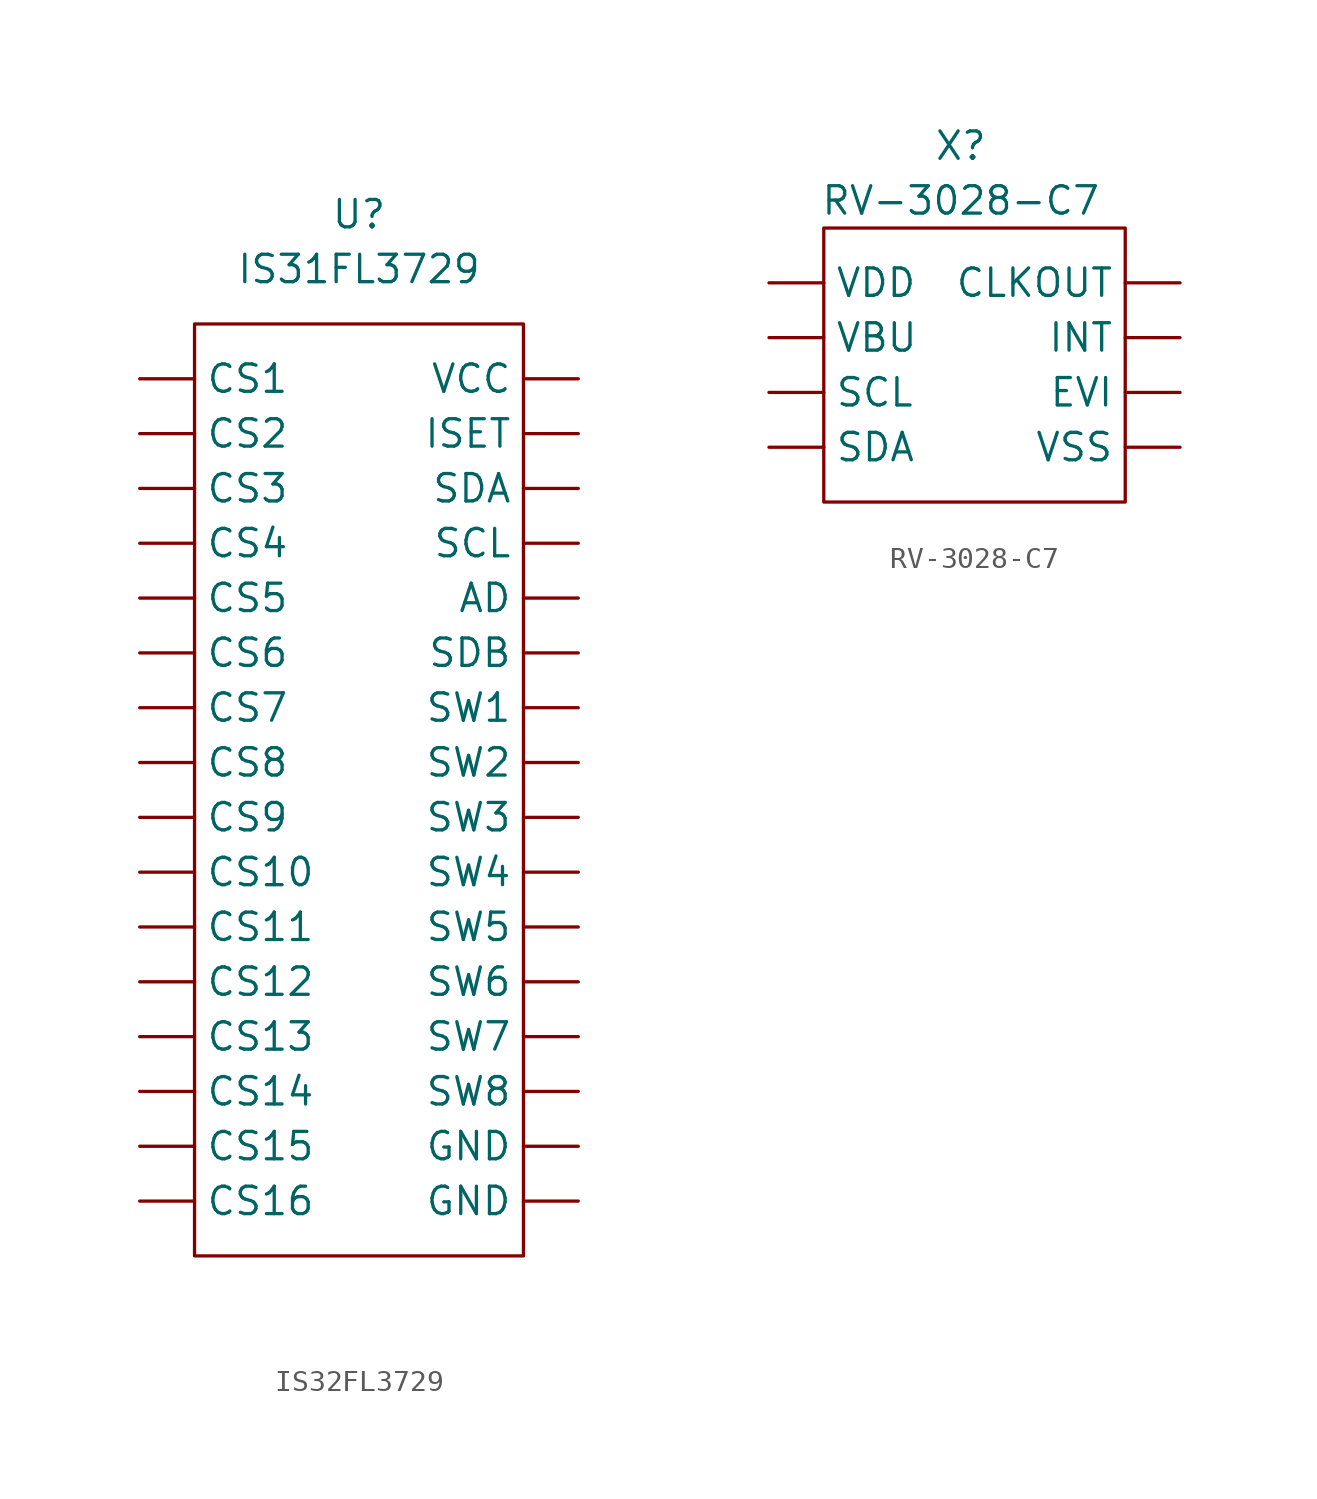
<source format=kicad_sym>
(kicad_symbol_lib
  (version 20220914)
  (generator kicad_symbol_editor)
  (symbol "IS32FL3729"
    (pin_numbers hide)
    (property "Reference" "U"
      (at 0 15.24 0)
      (effects (font (size 1.27 1.27))))
    (property "Value" "IS31FL3729"
      (at 0 12.7 0)
      (effects (font (size 1.27 1.27))))
    (symbol "IS32FL3729_0_1"
      (rectangle (start -7.62 10.16) (end 7.62 -33.02) (stroke (width 0) (type default)) (fill (type none))))
    (symbol "IS32FL3729_1_1"
      (pin input line (at -10.16 0 0) (length 2.54) (name "CS4" (effects (font (size 1.27 1.27)))) (number "1" (effects (font (size 1.27 1.27)))))
      (pin input line (at -10.16 -20.32 0) (length 2.54) (name "CS12" (effects (font (size 1.27 1.27)))) (number "10" (effects (font (size 1.27 1.27)))))
      (pin input line (at -10.16 -22.86 0) (length 2.54) (name "CS13" (effects (font (size 1.27 1.27)))) (number "11" (effects (font (size 1.27 1.27)))))
      (pin input line (at -10.16 -25.4 0) (length 2.54) (name "CS14" (effects (font (size 1.27 1.27)))) (number "12" (effects (font (size 1.27 1.27)))))
      (pin input line (at -10.16 -27.94 0) (length 2.54) (name "CS15" (effects (font (size 1.27 1.27)))) (number "13" (effects (font (size 1.27 1.27)))))
      (pin input line (at -10.16 -30.48 0) (length 2.54) (name "CS16" (effects (font (size 1.27 1.27)))) (number "14" (effects (font (size 1.27 1.27)))))
      (pin output line (at 10.16 -25.4 180) (length 2.54) (name "SW8" (effects (font (size 1.27 1.27)))) (number "15" (effects (font (size 1.27 1.27)))))
      (pin output line (at 10.16 -22.86 180) (length 2.54) (name "SW7" (effects (font (size 1.27 1.27)))) (number "16" (effects (font (size 1.27 1.27)))))
      (pin output line (at 10.16 -20.32 180) (length 2.54) (name "SW6" (effects (font (size 1.27 1.27)))) (number "17" (effects (font (size 1.27 1.27)))))
      (pin output line (at 10.16 -17.78 180) (length 2.54) (name "SW5" (effects (font (size 1.27 1.27)))) (number "18" (effects (font (size 1.27 1.27)))))
      (pin output line (at 10.16 -15.24 180) (length 2.54) (name "SW4" (effects (font (size 1.27 1.27)))) (number "19" (effects (font (size 1.27 1.27)))))
      (pin input line (at -10.16 -2.54 0) (length 2.54) (name "CS5" (effects (font (size 1.27 1.27)))) (number "2" (effects (font (size 1.27 1.27)))))
      (pin output line (at 10.16 -12.7 180) (length 2.54) (name "SW3" (effects (font (size 1.27 1.27)))) (number "20" (effects (font (size 1.27 1.27)))))
      (pin output line (at 10.16 -10.16 180) (length 2.54) (name "SW2" (effects (font (size 1.27 1.27)))) (number "21" (effects (font (size 1.27 1.27)))))
      (pin output line (at 10.16 -7.62 180) (length 2.54) (name "SW1" (effects (font (size 1.27 1.27)))) (number "22" (effects (font (size 1.27 1.27)))))
      (pin power_in line (at 10.16 7.62 180) (length 2.54) (name "VCC" (effects (font (size 1.27 1.27)))) (number "23" (effects (font (size 1.27 1.27)))))
      (pin power_in line (at 10.16 -27.94 180) (length 2.54) (name "GND" (effects (font (size 1.27 1.27)))) (number "24" (effects (font (size 1.27 1.27)))))
      (pin input line (at 10.16 5.08 180) (length 2.54) (name "ISET" (effects (font (size 1.27 1.27)))) (number "25" (effects (font (size 1.27 1.27)))))
      (pin bidirectional line (at 10.16 2.54 180) (length 2.54) (name "SDA" (effects (font (size 1.27 1.27)))) (number "26" (effects (font (size 1.27 1.27)))))
      (pin input line (at 10.16 0 180) (length 2.54) (name "SCL" (effects (font (size 1.27 1.27)))) (number "27" (effects (font (size 1.27 1.27)))))
      (pin input line (at 10.16 -2.54 180) (length 2.54) (name "AD" (effects (font (size 1.27 1.27)))) (number "28" (effects (font (size 1.27 1.27)))))
      (pin input line (at 10.16 -5.08 180) (length 2.54) (name "SDB" (effects (font (size 1.27 1.27)))) (number "29" (effects (font (size 1.27 1.27)))))
      (pin input line (at -10.16 -5.08 0) (length 2.54) (name "CS6" (effects (font (size 1.27 1.27)))) (number "3" (effects (font (size 1.27 1.27)))))
      (pin input line (at -10.16 7.62 0) (length 2.54) (name "CS1" (effects (font (size 1.27 1.27)))) (number "30" (effects (font (size 1.27 1.27)))))
      (pin input line (at -10.16 5.08 0) (length 2.54) (name "CS2" (effects (font (size 1.27 1.27)))) (number "31" (effects (font (size 1.27 1.27)))))
      (pin input line (at -10.16 2.54 0) (length 2.54) (name "CS3" (effects (font (size 1.27 1.27)))) (number "32" (effects (font (size 1.27 1.27)))))
      (pin input line (at -10.16 -7.62 0) (length 2.54) (name "CS7" (effects (font (size 1.27 1.27)))) (number "4" (effects (font (size 1.27 1.27)))))
      (pin input line (at -10.16 -10.16 0) (length 2.54) (name "CS8" (effects (font (size 1.27 1.27)))) (number "5" (effects (font (size 1.27 1.27)))))
      (pin input line (at -10.16 -12.7 0) (length 2.54) (name "CS9" (effects (font (size 1.27 1.27)))) (number "6" (effects (font (size 1.27 1.27)))))
      (pin input line (at -10.16 -15.24 0) (length 2.54) (name "CS10" (effects (font (size 1.27 1.27)))) (number "7" (effects (font (size 1.27 1.27)))))
      (pin input line (at -10.16 -17.78 0) (length 2.54) (name "CS11" (effects (font (size 1.27 1.27)))) (number "8" (effects (font (size 1.27 1.27)))))
      (pin power_in line (at 10.16 -30.48 180) (length 2.54) (name "GND" (effects (font (size 1.27 1.27)))) (number "9" (effects (font (size 1.27 1.27)))))))
  (symbol "RV-3028-C7"
    (pin_numbers hide)
    (property "Reference" "X"
      (at 0 10.16 0)
      (effects (font (size 1.27 1.27))))
    (property "Value" "RV-3028-C7"
      (at 0 7.62 0)
      (effects (font (size 1.27 1.27))))
    (symbol "RV-3028-C7_1_1"
      (rectangle (start -6.35 6.35) (end 7.62 -6.35) (stroke (width 0) (type default)) (fill (type none)))
      (pin input line (at 10.16 3.81 180) (length 2.54) (name "CLKOUT" (effects (font (size 1.27 1.27)))) (number "1" (effects (font (size 1.27 1.27)))))
      (pin input line (at 10.16 1.27 180) (length 2.54) (name "INT" (effects (font (size 1.27 1.27)))) (number "2" (effects (font (size 1.27 1.27)))))
      (pin input line (at -8.89 -1.27 0) (length 2.54) (name "SCL" (effects (font (size 1.27 1.27)))) (number "3" (effects (font (size 1.27 1.27)))))
      (pin input line (at -8.89 -3.81 0) (length 2.54) (name "SDA" (effects (font (size 1.27 1.27)))) (number "4" (effects (font (size 1.27 1.27)))))
      (pin input line (at 10.16 -3.81 180) (length 2.54) (name "VSS" (effects (font (size 1.27 1.27)))) (number "5" (effects (font (size 1.27 1.27)))))
      (pin input line (at -8.89 1.27 0) (length 2.54) (name "VBU" (effects (font (size 1.27 1.27)))) (number "6" (effects (font (size 1.27 1.27)))))
      (pin input line (at -8.89 3.81 0) (length 2.54) (name "VDD" (effects (font (size 1.27 1.27)))) (number "7" (effects (font (size 1.27 1.27)))))
      (pin input line (at 10.16 -1.27 180) (length 2.54) (name "EVI" (effects (font (size 1.27 1.27)))) (number "8" (effects (font (size 1.27 1.27))))))))
</source>
